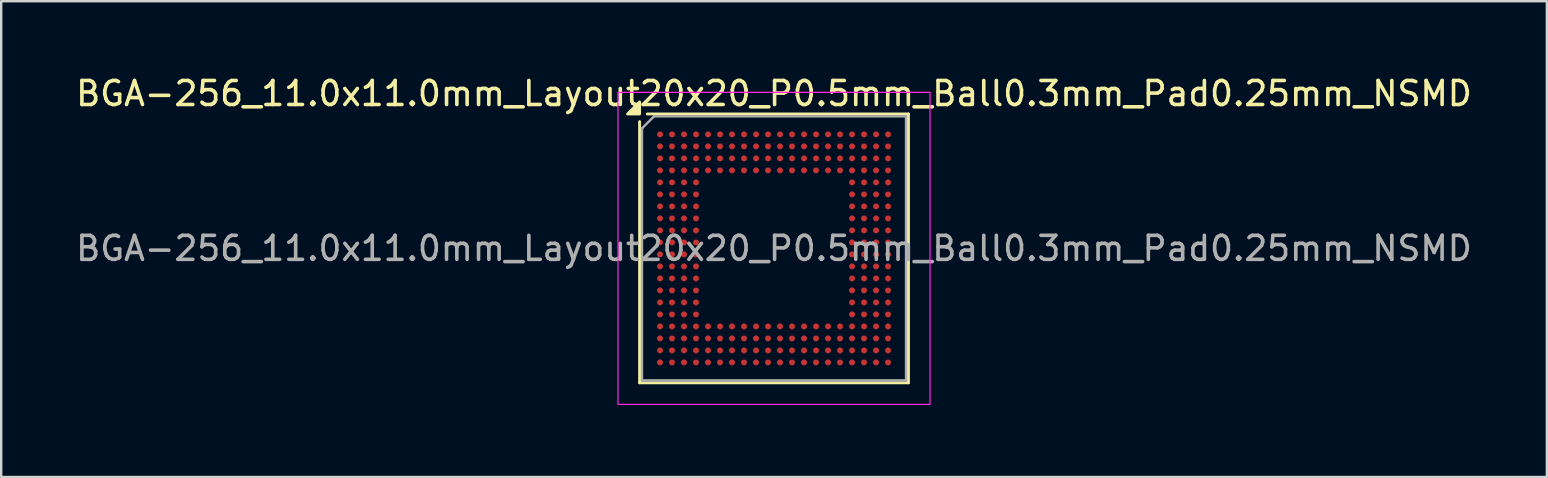
<source format=kicad_pcb>
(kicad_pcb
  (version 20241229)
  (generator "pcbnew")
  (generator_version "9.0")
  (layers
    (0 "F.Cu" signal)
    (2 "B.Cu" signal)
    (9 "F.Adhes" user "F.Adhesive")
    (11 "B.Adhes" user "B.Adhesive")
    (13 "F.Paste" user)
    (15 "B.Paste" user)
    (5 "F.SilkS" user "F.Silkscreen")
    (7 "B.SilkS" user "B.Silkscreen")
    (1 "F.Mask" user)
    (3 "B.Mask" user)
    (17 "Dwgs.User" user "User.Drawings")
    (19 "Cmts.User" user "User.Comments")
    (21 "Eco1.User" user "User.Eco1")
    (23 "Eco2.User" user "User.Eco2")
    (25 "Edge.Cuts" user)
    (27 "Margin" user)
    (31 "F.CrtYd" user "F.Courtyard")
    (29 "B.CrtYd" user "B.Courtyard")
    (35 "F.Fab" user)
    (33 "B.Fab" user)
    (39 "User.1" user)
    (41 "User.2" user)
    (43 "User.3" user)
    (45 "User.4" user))
  (footprint "BGA-256_11.0x11.0mm_Layout20x20_P0.5mm_Ball0.3mm_Pad0.25mm_NSMD"
    (layer "F.Cu")
    (at 29.196 7.298)
    (property "Reference" "BGA-256_11.0x11.0mm_Layout20x20_P0.5mm_Ball0.3mm_Pad0.25mm_NSMD" (at 0 -6.45 0) (layer "F.SilkS") (effects (font (size 1 1) (thickness 0.15))))
    (attr smd)
    (fp_line (start -5.6 -5.28) (end -5.6 5.6) (stroke (width 0.12) (type solid)) (layer "F.SilkS"))
    (fp_line (start -5.6 5.6) (end 5.6 5.6) (stroke (width 0.12) (type solid)) (layer "F.SilkS"))
    (fp_line (start 5.6 -5.6) (end -5.28 -5.6) (stroke (width 0.12) (type solid)) (layer "F.SilkS"))
    (fp_line (start 5.6 5.6) (end 5.6 -5.6) (stroke (width 0.12) (type solid)) (layer "F.SilkS"))
    (fp_poly (pts (xy -5.6 -5.6) (xy -6.1 -5.6) (xy -5.6 -6.1) (xy -5.6 -5.6)) (stroke (width 0.12) (type solid)) (fill yes) (layer "F.SilkS"))
    (fp_rect (start 6.5 6.5) (end -6.5 -6.5) (stroke (width 0.05) (type solid)) (fill no) (layer "F.CrtYd"))
    (fp_line (start -5.5 -5) (end -5.5 5.5) (stroke (width 0.1) (type solid)) (layer "F.Fab"))
    (fp_line (start -5.5 5.5) (end 5.5 5.5) (stroke (width 0.1) (type solid)) (layer "F.Fab"))
    (fp_line (start -5 -5.5) (end -5.5 -5) (stroke (width 0.1) (type solid)) (layer "F.Fab"))
    (fp_line (start 5.5 -5.5) (end -5 -5.5) (stroke (width 0.1) (type solid)) (layer "F.Fab"))
    (fp_line (start 5.5 5.5) (end 5.5 -5.5) (stroke (width 0.1) (type solid)) (layer "F.Fab"))
    (fp_text user "${REFERENCE}" (at 0 0 0) (layer "F.Fab") (effects (font (size 1 1) (thickness 0.15))))
    (pad "A1" smd circle (at -4.75 -4.75) (size 0.25 0.25) (property pad_prop_bga) (layers "F.Cu" "F.Mask" "F.Paste"))
    (pad "A2" smd circle (at -4.25 -4.75) (size 0.25 0.25) (property pad_prop_bga) (layers "F.Cu" "F.Mask" "F.Paste"))
    (pad "A3" smd circle (at -3.75 -4.75) (size 0.25 0.25) (property pad_prop_bga) (layers "F.Cu" "F.Mask" "F.Paste"))
    (pad "A4" smd circle (at -3.25 -4.75) (size 0.25 0.25) (property pad_prop_bga) (layers "F.Cu" "F.Mask" "F.Paste"))
    (pad "A5" smd circle (at -2.75 -4.75) (size 0.25 0.25) (property pad_prop_bga) (layers "F.Cu" "F.Mask" "F.Paste"))
    (pad "A6" smd circle (at -2.25 -4.75) (size 0.25 0.25) (property pad_prop_bga) (layers "F.Cu" "F.Mask" "F.Paste"))
    (pad "A7" smd circle (at -1.75 -4.75) (size 0.25 0.25) (property pad_prop_bga) (layers "F.Cu" "F.Mask" "F.Paste"))
    (pad "A8" smd circle (at -1.25 -4.75) (size 0.25 0.25) (property pad_prop_bga) (layers "F.Cu" "F.Mask" "F.Paste"))
    (pad "A9" smd circle (at -0.75 -4.75) (size 0.25 0.25) (property pad_prop_bga) (layers "F.Cu" "F.Mask" "F.Paste"))
    (pad "A10" smd circle (at -0.25 -4.75) (size 0.25 0.25) (property pad_prop_bga) (layers "F.Cu" "F.Mask" "F.Paste"))
    (pad "A11" smd circle (at 0.25 -4.75) (size 0.25 0.25) (property pad_prop_bga) (layers "F.Cu" "F.Mask" "F.Paste"))
    (pad "A12" smd circle (at 0.75 -4.75) (size 0.25 0.25) (property pad_prop_bga) (layers "F.Cu" "F.Mask" "F.Paste"))
    (pad "A13" smd circle (at 1.25 -4.75) (size 0.25 0.25) (property pad_prop_bga) (layers "F.Cu" "F.Mask" "F.Paste"))
    (pad "A14" smd circle (at 1.75 -4.75) (size 0.25 0.25) (property pad_prop_bga) (layers "F.Cu" "F.Mask" "F.Paste"))
    (pad "A15" smd circle (at 2.25 -4.75) (size 0.25 0.25) (property pad_prop_bga) (layers "F.Cu" "F.Mask" "F.Paste"))
    (pad "A16" smd circle (at 2.75 -4.75) (size 0.25 0.25) (property pad_prop_bga) (layers "F.Cu" "F.Mask" "F.Paste"))
    (pad "A17" smd circle (at 3.25 -4.75) (size 0.25 0.25) (property pad_prop_bga) (layers "F.Cu" "F.Mask" "F.Paste"))
    (pad "A18" smd circle (at 3.75 -4.75) (size 0.25 0.25) (property pad_prop_bga) (layers "F.Cu" "F.Mask" "F.Paste"))
    (pad "A19" smd circle (at 4.25 -4.75) (size 0.25 0.25) (property pad_prop_bga) (layers "F.Cu" "F.Mask" "F.Paste"))
    (pad "A20" smd circle (at 4.75 -4.75) (size 0.25 0.25) (property pad_prop_bga) (layers "F.Cu" "F.Mask" "F.Paste"))
    (pad "B1" smd circle (at -4.75 -4.25) (size 0.25 0.25) (property pad_prop_bga) (layers "F.Cu" "F.Mask" "F.Paste"))
    (pad "B2" smd circle (at -4.25 -4.25) (size 0.25 0.25) (property pad_prop_bga) (layers "F.Cu" "F.Mask" "F.Paste"))
    (pad "B3" smd circle (at -3.75 -4.25) (size 0.25 0.25) (property pad_prop_bga) (layers "F.Cu" "F.Mask" "F.Paste"))
    (pad "B4" smd circle (at -3.25 -4.25) (size 0.25 0.25) (property pad_prop_bga) (layers "F.Cu" "F.Mask" "F.Paste"))
    (pad "B5" smd circle (at -2.75 -4.25) (size 0.25 0.25) (property pad_prop_bga) (layers "F.Cu" "F.Mask" "F.Paste"))
    (pad "B6" smd circle (at -2.25 -4.25) (size 0.25 0.25) (property pad_prop_bga) (layers "F.Cu" "F.Mask" "F.Paste"))
    (pad "B7" smd circle (at -1.75 -4.25) (size 0.25 0.25) (property pad_prop_bga) (layers "F.Cu" "F.Mask" "F.Paste"))
    (pad "B8" smd circle (at -1.25 -4.25) (size 0.25 0.25) (property pad_prop_bga) (layers "F.Cu" "F.Mask" "F.Paste"))
    (pad "B9" smd circle (at -0.75 -4.25) (size 0.25 0.25) (property pad_prop_bga) (layers "F.Cu" "F.Mask" "F.Paste"))
    (pad "B10" smd circle (at -0.25 -4.25) (size 0.25 0.25) (property pad_prop_bga) (layers "F.Cu" "F.Mask" "F.Paste"))
    (pad "B11" smd circle (at 0.25 -4.25) (size 0.25 0.25) (property pad_prop_bga) (layers "F.Cu" "F.Mask" "F.Paste"))
    (pad "B12" smd circle (at 0.75 -4.25) (size 0.25 0.25) (property pad_prop_bga) (layers "F.Cu" "F.Mask" "F.Paste"))
    (pad "B13" smd circle (at 1.25 -4.25) (size 0.25 0.25) (property pad_prop_bga) (layers "F.Cu" "F.Mask" "F.Paste"))
    (pad "B14" smd circle (at 1.75 -4.25) (size 0.25 0.25) (property pad_prop_bga) (layers "F.Cu" "F.Mask" "F.Paste"))
    (pad "B15" smd circle (at 2.25 -4.25) (size 0.25 0.25) (property pad_prop_bga) (layers "F.Cu" "F.Mask" "F.Paste"))
    (pad "B16" smd circle (at 2.75 -4.25) (size 0.25 0.25) (property pad_prop_bga) (layers "F.Cu" "F.Mask" "F.Paste"))
    (pad "B17" smd circle (at 3.25 -4.25) (size 0.25 0.25) (property pad_prop_bga) (layers "F.Cu" "F.Mask" "F.Paste"))
    (pad "B18" smd circle (at 3.75 -4.25) (size 0.25 0.25) (property pad_prop_bga) (layers "F.Cu" "F.Mask" "F.Paste"))
    (pad "B19" smd circle (at 4.25 -4.25) (size 0.25 0.25) (property pad_prop_bga) (layers "F.Cu" "F.Mask" "F.Paste"))
    (pad "B20" smd circle (at 4.75 -4.25) (size 0.25 0.25) (property pad_prop_bga) (layers "F.Cu" "F.Mask" "F.Paste"))
    (pad "C1" smd circle (at -4.75 -3.75) (size 0.25 0.25) (property pad_prop_bga) (layers "F.Cu" "F.Mask" "F.Paste"))
    (pad "C2" smd circle (at -4.25 -3.75) (size 0.25 0.25) (property pad_prop_bga) (layers "F.Cu" "F.Mask" "F.Paste"))
    (pad "C3" smd circle (at -3.75 -3.75) (size 0.25 0.25) (property pad_prop_bga) (layers "F.Cu" "F.Mask" "F.Paste"))
    (pad "C4" smd circle (at -3.25 -3.75) (size 0.25 0.25) (property pad_prop_bga) (layers "F.Cu" "F.Mask" "F.Paste"))
    (pad "C5" smd circle (at -2.75 -3.75) (size 0.25 0.25) (property pad_prop_bga) (layers "F.Cu" "F.Mask" "F.Paste"))
    (pad "C6" smd circle (at -2.25 -3.75) (size 0.25 0.25) (property pad_prop_bga) (layers "F.Cu" "F.Mask" "F.Paste"))
    (pad "C7" smd circle (at -1.75 -3.75) (size 0.25 0.25) (property pad_prop_bga) (layers "F.Cu" "F.Mask" "F.Paste"))
    (pad "C8" smd circle (at -1.25 -3.75) (size 0.25 0.25) (property pad_prop_bga) (layers "F.Cu" "F.Mask" "F.Paste"))
    (pad "C9" smd circle (at -0.75 -3.75) (size 0.25 0.25) (property pad_prop_bga) (layers "F.Cu" "F.Mask" "F.Paste"))
    (pad "C10" smd circle (at -0.25 -3.75) (size 0.25 0.25) (property pad_prop_bga) (layers "F.Cu" "F.Mask" "F.Paste"))
    (pad "C11" smd circle (at 0.25 -3.75) (size 0.25 0.25) (property pad_prop_bga) (layers "F.Cu" "F.Mask" "F.Paste"))
    (pad "C12" smd circle (at 0.75 -3.75) (size 0.25 0.25) (property pad_prop_bga) (layers "F.Cu" "F.Mask" "F.Paste"))
    (pad "C13" smd circle (at 1.25 -3.75) (size 0.25 0.25) (property pad_prop_bga) (layers "F.Cu" "F.Mask" "F.Paste"))
    (pad "C14" smd circle (at 1.75 -3.75) (size 0.25 0.25) (property pad_prop_bga) (layers "F.Cu" "F.Mask" "F.Paste"))
    (pad "C15" smd circle (at 2.25 -3.75) (size 0.25 0.25) (property pad_prop_bga) (layers "F.Cu" "F.Mask" "F.Paste"))
    (pad "C16" smd circle (at 2.75 -3.75) (size 0.25 0.25) (property pad_prop_bga) (layers "F.Cu" "F.Mask" "F.Paste"))
    (pad "C17" smd circle (at 3.25 -3.75) (size 0.25 0.25) (property pad_prop_bga) (layers "F.Cu" "F.Mask" "F.Paste"))
    (pad "C18" smd circle (at 3.75 -3.75) (size 0.25 0.25) (property pad_prop_bga) (layers "F.Cu" "F.Mask" "F.Paste"))
    (pad "C19" smd circle (at 4.25 -3.75) (size 0.25 0.25) (property pad_prop_bga) (layers "F.Cu" "F.Mask" "F.Paste"))
    (pad "C20" smd circle (at 4.75 -3.75) (size 0.25 0.25) (property pad_prop_bga) (layers "F.Cu" "F.Mask" "F.Paste"))
    (pad "D1" smd circle (at -4.75 -3.25) (size 0.25 0.25) (property pad_prop_bga) (layers "F.Cu" "F.Mask" "F.Paste"))
    (pad "D2" smd circle (at -4.25 -3.25) (size 0.25 0.25) (property pad_prop_bga) (layers "F.Cu" "F.Mask" "F.Paste"))
    (pad "D3" smd circle (at -3.75 -3.25) (size 0.25 0.25) (property pad_prop_bga) (layers "F.Cu" "F.Mask" "F.Paste"))
    (pad "D4" smd circle (at -3.25 -3.25) (size 0.25 0.25) (property pad_prop_bga) (layers "F.Cu" "F.Mask" "F.Paste"))
    (pad "D5" smd circle (at -2.75 -3.25) (size 0.25 0.25) (property pad_prop_bga) (layers "F.Cu" "F.Mask" "F.Paste"))
    (pad "D6" smd circle (at -2.25 -3.25) (size 0.25 0.25) (property pad_prop_bga) (layers "F.Cu" "F.Mask" "F.Paste"))
    (pad "D7" smd circle (at -1.75 -3.25) (size 0.25 0.25) (property pad_prop_bga) (layers "F.Cu" "F.Mask" "F.Paste"))
    (pad "D8" smd circle (at -1.25 -3.25) (size 0.25 0.25) (property pad_prop_bga) (layers "F.Cu" "F.Mask" "F.Paste"))
    (pad "D9" smd circle (at -0.75 -3.25) (size 0.25 0.25) (property pad_prop_bga) (layers "F.Cu" "F.Mask" "F.Paste"))
    (pad "D10" smd circle (at -0.25 -3.25) (size 0.25 0.25) (property pad_prop_bga) (layers "F.Cu" "F.Mask" "F.Paste"))
    (pad "D11" smd circle (at 0.25 -3.25) (size 0.25 0.25) (property pad_prop_bga) (layers "F.Cu" "F.Mask" "F.Paste"))
    (pad "D12" smd circle (at 0.75 -3.25) (size 0.25 0.25) (property pad_prop_bga) (layers "F.Cu" "F.Mask" "F.Paste"))
    (pad "D13" smd circle (at 1.25 -3.25) (size 0.25 0.25) (property pad_prop_bga) (layers "F.Cu" "F.Mask" "F.Paste"))
    (pad "D14" smd circle (at 1.75 -3.25) (size 0.25 0.25) (property pad_prop_bga) (layers "F.Cu" "F.Mask" "F.Paste"))
    (pad "D15" smd circle (at 2.25 -3.25) (size 0.25 0.25) (property pad_prop_bga) (layers "F.Cu" "F.Mask" "F.Paste"))
    (pad "D16" smd circle (at 2.75 -3.25) (size 0.25 0.25) (property pad_prop_bga) (layers "F.Cu" "F.Mask" "F.Paste"))
    (pad "D17" smd circle (at 3.25 -3.25) (size 0.25 0.25) (property pad_prop_bga) (layers "F.Cu" "F.Mask" "F.Paste"))
    (pad "D18" smd circle (at 3.75 -3.25) (size 0.25 0.25) (property pad_prop_bga) (layers "F.Cu" "F.Mask" "F.Paste"))
    (pad "D19" smd circle (at 4.25 -3.25) (size 0.25 0.25) (property pad_prop_bga) (layers "F.Cu" "F.Mask" "F.Paste"))
    (pad "D20" smd circle (at 4.75 -3.25) (size 0.25 0.25) (property pad_prop_bga) (layers "F.Cu" "F.Mask" "F.Paste"))
    (pad "E1" smd circle (at -4.75 -2.75) (size 0.25 0.25) (property pad_prop_bga) (layers "F.Cu" "F.Mask" "F.Paste"))
    (pad "E2" smd circle (at -4.25 -2.75) (size 0.25 0.25) (property pad_prop_bga) (layers "F.Cu" "F.Mask" "F.Paste"))
    (pad "E3" smd circle (at -3.75 -2.75) (size 0.25 0.25) (property pad_prop_bga) (layers "F.Cu" "F.Mask" "F.Paste"))
    (pad "E4" smd circle (at -3.25 -2.75) (size 0.25 0.25) (property pad_prop_bga) (layers "F.Cu" "F.Mask" "F.Paste"))
    (pad "E17" smd circle (at 3.25 -2.75) (size 0.25 0.25) (property pad_prop_bga) (layers "F.Cu" "F.Mask" "F.Paste"))
    (pad "E18" smd circle (at 3.75 -2.75) (size 0.25 0.25) (property pad_prop_bga) (layers "F.Cu" "F.Mask" "F.Paste"))
    (pad "E19" smd circle (at 4.25 -2.75) (size 0.25 0.25) (property pad_prop_bga) (layers "F.Cu" "F.Mask" "F.Paste"))
    (pad "E20" smd circle (at 4.75 -2.75) (size 0.25 0.25) (property pad_prop_bga) (layers "F.Cu" "F.Mask" "F.Paste"))
    (pad "F1" smd circle (at -4.75 -2.25) (size 0.25 0.25) (property pad_prop_bga) (layers "F.Cu" "F.Mask" "F.Paste"))
    (pad "F2" smd circle (at -4.25 -2.25) (size 0.25 0.25) (property pad_prop_bga) (layers "F.Cu" "F.Mask" "F.Paste"))
    (pad "F3" smd circle (at -3.75 -2.25) (size 0.25 0.25) (property pad_prop_bga) (layers "F.Cu" "F.Mask" "F.Paste"))
    (pad "F4" smd circle (at -3.25 -2.25) (size 0.25 0.25) (property pad_prop_bga) (layers "F.Cu" "F.Mask" "F.Paste"))
    (pad "F17" smd circle (at 3.25 -2.25) (size 0.25 0.25) (property pad_prop_bga) (layers "F.Cu" "F.Mask" "F.Paste"))
    (pad "F18" smd circle (at 3.75 -2.25) (size 0.25 0.25) (property pad_prop_bga) (layers "F.Cu" "F.Mask" "F.Paste"))
    (pad "F19" smd circle (at 4.25 -2.25) (size 0.25 0.25) (property pad_prop_bga) (layers "F.Cu" "F.Mask" "F.Paste"))
    (pad "F20" smd circle (at 4.75 -2.25) (size 0.25 0.25) (property pad_prop_bga) (layers "F.Cu" "F.Mask" "F.Paste"))
    (pad "G1" smd circle (at -4.75 -1.75) (size 0.25 0.25) (property pad_prop_bga) (layers "F.Cu" "F.Mask" "F.Paste"))
    (pad "G2" smd circle (at -4.25 -1.75) (size 0.25 0.25) (property pad_prop_bga) (layers "F.Cu" "F.Mask" "F.Paste"))
    (pad "G3" smd circle (at -3.75 -1.75) (size 0.25 0.25) (property pad_prop_bga) (layers "F.Cu" "F.Mask" "F.Paste"))
    (pad "G4" smd circle (at -3.25 -1.75) (size 0.25 0.25) (property pad_prop_bga) (layers "F.Cu" "F.Mask" "F.Paste"))
    (pad "G17" smd circle (at 3.25 -1.75) (size 0.25 0.25) (property pad_prop_bga) (layers "F.Cu" "F.Mask" "F.Paste"))
    (pad "G18" smd circle (at 3.75 -1.75) (size 0.25 0.25) (property pad_prop_bga) (layers "F.Cu" "F.Mask" "F.Paste"))
    (pad "G19" smd circle (at 4.25 -1.75) (size 0.25 0.25) (property pad_prop_bga) (layers "F.Cu" "F.Mask" "F.Paste"))
    (pad "G20" smd circle (at 4.75 -1.75) (size 0.25 0.25) (property pad_prop_bga) (layers "F.Cu" "F.Mask" "F.Paste"))
    (pad "H1" smd circle (at -4.75 -1.25) (size 0.25 0.25) (property pad_prop_bga) (layers "F.Cu" "F.Mask" "F.Paste"))
    (pad "H2" smd circle (at -4.25 -1.25) (size 0.25 0.25) (property pad_prop_bga) (layers "F.Cu" "F.Mask" "F.Paste"))
    (pad "H3" smd circle (at -3.75 -1.25) (size 0.25 0.25) (property pad_prop_bga) (layers "F.Cu" "F.Mask" "F.Paste"))
    (pad "H4" smd circle (at -3.25 -1.25) (size 0.25 0.25) (property pad_prop_bga) (layers "F.Cu" "F.Mask" "F.Paste"))
    (pad "H17" smd circle (at 3.25 -1.25) (size 0.25 0.25) (property pad_prop_bga) (layers "F.Cu" "F.Mask" "F.Paste"))
    (pad "H18" smd circle (at 3.75 -1.25) (size 0.25 0.25) (property pad_prop_bga) (layers "F.Cu" "F.Mask" "F.Paste"))
    (pad "H19" smd circle (at 4.25 -1.25) (size 0.25 0.25) (property pad_prop_bga) (layers "F.Cu" "F.Mask" "F.Paste"))
    (pad "H20" smd circle (at 4.75 -1.25) (size 0.25 0.25) (property pad_prop_bga) (layers "F.Cu" "F.Mask" "F.Paste"))
    (pad "J1" smd circle (at -4.75 -0.75) (size 0.25 0.25) (property pad_prop_bga) (layers "F.Cu" "F.Mask" "F.Paste"))
    (pad "J2" smd circle (at -4.25 -0.75) (size 0.25 0.25) (property pad_prop_bga) (layers "F.Cu" "F.Mask" "F.Paste"))
    (pad "J3" smd circle (at -3.75 -0.75) (size 0.25 0.25) (property pad_prop_bga) (layers "F.Cu" "F.Mask" "F.Paste"))
    (pad "J4" smd circle (at -3.25 -0.75) (size 0.25 0.25) (property pad_prop_bga) (layers "F.Cu" "F.Mask" "F.Paste"))
    (pad "J17" smd circle (at 3.25 -0.75) (size 0.25 0.25) (property pad_prop_bga) (layers "F.Cu" "F.Mask" "F.Paste"))
    (pad "J18" smd circle (at 3.75 -0.75) (size 0.25 0.25) (property pad_prop_bga) (layers "F.Cu" "F.Mask" "F.Paste"))
    (pad "J19" smd circle (at 4.25 -0.75) (size 0.25 0.25) (property pad_prop_bga) (layers "F.Cu" "F.Mask" "F.Paste"))
    (pad "J20" smd circle (at 4.75 -0.75) (size 0.25 0.25) (property pad_prop_bga) (layers "F.Cu" "F.Mask" "F.Paste"))
    (pad "K1" smd circle (at -4.75 -0.25) (size 0.25 0.25) (property pad_prop_bga) (layers "F.Cu" "F.Mask" "F.Paste"))
    (pad "K2" smd circle (at -4.25 -0.25) (size 0.25 0.25) (property pad_prop_bga) (layers "F.Cu" "F.Mask" "F.Paste"))
    (pad "K3" smd circle (at -3.75 -0.25) (size 0.25 0.25) (property pad_prop_bga) (layers "F.Cu" "F.Mask" "F.Paste"))
    (pad "K4" smd circle (at -3.25 -0.25) (size 0.25 0.25) (property pad_prop_bga) (layers "F.Cu" "F.Mask" "F.Paste"))
    (pad "K17" smd circle (at 3.25 -0.25) (size 0.25 0.25) (property pad_prop_bga) (layers "F.Cu" "F.Mask" "F.Paste"))
    (pad "K18" smd circle (at 3.75 -0.25) (size 0.25 0.25) (property pad_prop_bga) (layers "F.Cu" "F.Mask" "F.Paste"))
    (pad "K19" smd circle (at 4.25 -0.25) (size 0.25 0.25) (property pad_prop_bga) (layers "F.Cu" "F.Mask" "F.Paste"))
    (pad "K20" smd circle (at 4.75 -0.25) (size 0.25 0.25) (property pad_prop_bga) (layers "F.Cu" "F.Mask" "F.Paste"))
    (pad "L1" smd circle (at -4.75 0.25) (size 0.25 0.25) (property pad_prop_bga) (layers "F.Cu" "F.Mask" "F.Paste"))
    (pad "L2" smd circle (at -4.25 0.25) (size 0.25 0.25) (property pad_prop_bga) (layers "F.Cu" "F.Mask" "F.Paste"))
    (pad "L3" smd circle (at -3.75 0.25) (size 0.25 0.25) (property pad_prop_bga) (layers "F.Cu" "F.Mask" "F.Paste"))
    (pad "L4" smd circle (at -3.25 0.25) (size 0.25 0.25) (property pad_prop_bga) (layers "F.Cu" "F.Mask" "F.Paste"))
    (pad "L17" smd circle (at 3.25 0.25) (size 0.25 0.25) (property pad_prop_bga) (layers "F.Cu" "F.Mask" "F.Paste"))
    (pad "L18" smd circle (at 3.75 0.25) (size 0.25 0.25) (property pad_prop_bga) (layers "F.Cu" "F.Mask" "F.Paste"))
    (pad "L19" smd circle (at 4.25 0.25) (size 0.25 0.25) (property pad_prop_bga) (layers "F.Cu" "F.Mask" "F.Paste"))
    (pad "L20" smd circle (at 4.75 0.25) (size 0.25 0.25) (property pad_prop_bga) (layers "F.Cu" "F.Mask" "F.Paste"))
    (pad "M1" smd circle (at -4.75 0.75) (size 0.25 0.25) (property pad_prop_bga) (layers "F.Cu" "F.Mask" "F.Paste"))
    (pad "M2" smd circle (at -4.25 0.75) (size 0.25 0.25) (property pad_prop_bga) (layers "F.Cu" "F.Mask" "F.Paste"))
    (pad "M3" smd circle (at -3.75 0.75) (size 0.25 0.25) (property pad_prop_bga) (layers "F.Cu" "F.Mask" "F.Paste"))
    (pad "M4" smd circle (at -3.25 0.75) (size 0.25 0.25) (property pad_prop_bga) (layers "F.Cu" "F.Mask" "F.Paste"))
    (pad "M17" smd circle (at 3.25 0.75) (size 0.25 0.25) (property pad_prop_bga) (layers "F.Cu" "F.Mask" "F.Paste"))
    (pad "M18" smd circle (at 3.75 0.75) (size 0.25 0.25) (property pad_prop_bga) (layers "F.Cu" "F.Mask" "F.Paste"))
    (pad "M19" smd circle (at 4.25 0.75) (size 0.25 0.25) (property pad_prop_bga) (layers "F.Cu" "F.Mask" "F.Paste"))
    (pad "M20" smd circle (at 4.75 0.75) (size 0.25 0.25) (property pad_prop_bga) (layers "F.Cu" "F.Mask" "F.Paste"))
    (pad "N1" smd circle (at -4.75 1.25) (size 0.25 0.25) (property pad_prop_bga) (layers "F.Cu" "F.Mask" "F.Paste"))
    (pad "N2" smd circle (at -4.25 1.25) (size 0.25 0.25) (property pad_prop_bga) (layers "F.Cu" "F.Mask" "F.Paste"))
    (pad "N3" smd circle (at -3.75 1.25) (size 0.25 0.25) (property pad_prop_bga) (layers "F.Cu" "F.Mask" "F.Paste"))
    (pad "N4" smd circle (at -3.25 1.25) (size 0.25 0.25) (property pad_prop_bga) (layers "F.Cu" "F.Mask" "F.Paste"))
    (pad "N17" smd circle (at 3.25 1.25) (size 0.25 0.25) (property pad_prop_bga) (layers "F.Cu" "F.Mask" "F.Paste"))
    (pad "N18" smd circle (at 3.75 1.25) (size 0.25 0.25) (property pad_prop_bga) (layers "F.Cu" "F.Mask" "F.Paste"))
    (pad "N19" smd circle (at 4.25 1.25) (size 0.25 0.25) (property pad_prop_bga) (layers "F.Cu" "F.Mask" "F.Paste"))
    (pad "N20" smd circle (at 4.75 1.25) (size 0.25 0.25) (property pad_prop_bga) (layers "F.Cu" "F.Mask" "F.Paste"))
    (pad "P1" smd circle (at -4.75 1.75) (size 0.25 0.25) (property pad_prop_bga) (layers "F.Cu" "F.Mask" "F.Paste"))
    (pad "P2" smd circle (at -4.25 1.75) (size 0.25 0.25) (property pad_prop_bga) (layers "F.Cu" "F.Mask" "F.Paste"))
    (pad "P3" smd circle (at -3.75 1.75) (size 0.25 0.25) (property pad_prop_bga) (layers "F.Cu" "F.Mask" "F.Paste"))
    (pad "P4" smd circle (at -3.25 1.75) (size 0.25 0.25) (property pad_prop_bga) (layers "F.Cu" "F.Mask" "F.Paste"))
    (pad "P17" smd circle (at 3.25 1.75) (size 0.25 0.25) (property pad_prop_bga) (layers "F.Cu" "F.Mask" "F.Paste"))
    (pad "P18" smd circle (at 3.75 1.75) (size 0.25 0.25) (property pad_prop_bga) (layers "F.Cu" "F.Mask" "F.Paste"))
    (pad "P19" smd circle (at 4.25 1.75) (size 0.25 0.25) (property pad_prop_bga) (layers "F.Cu" "F.Mask" "F.Paste"))
    (pad "P20" smd circle (at 4.75 1.75) (size 0.25 0.25) (property pad_prop_bga) (layers "F.Cu" "F.Mask" "F.Paste"))
    (pad "R1" smd circle (at -4.75 2.25) (size 0.25 0.25) (property pad_prop_bga) (layers "F.Cu" "F.Mask" "F.Paste"))
    (pad "R2" smd circle (at -4.25 2.25) (size 0.25 0.25) (property pad_prop_bga) (layers "F.Cu" "F.Mask" "F.Paste"))
    (pad "R3" smd circle (at -3.75 2.25) (size 0.25 0.25) (property pad_prop_bga) (layers "F.Cu" "F.Mask" "F.Paste"))
    (pad "R4" smd circle (at -3.25 2.25) (size 0.25 0.25) (property pad_prop_bga) (layers "F.Cu" "F.Mask" "F.Paste"))
    (pad "R17" smd circle (at 3.25 2.25) (size 0.25 0.25) (property pad_prop_bga) (layers "F.Cu" "F.Mask" "F.Paste"))
    (pad "R18" smd circle (at 3.75 2.25) (size 0.25 0.25) (property pad_prop_bga) (layers "F.Cu" "F.Mask" "F.Paste"))
    (pad "R19" smd circle (at 4.25 2.25) (size 0.25 0.25) (property pad_prop_bga) (layers "F.Cu" "F.Mask" "F.Paste"))
    (pad "R20" smd circle (at 4.75 2.25) (size 0.25 0.25) (property pad_prop_bga) (layers "F.Cu" "F.Mask" "F.Paste"))
    (pad "T1" smd circle (at -4.75 2.75) (size 0.25 0.25) (property pad_prop_bga) (layers "F.Cu" "F.Mask" "F.Paste"))
    (pad "T2" smd circle (at -4.25 2.75) (size 0.25 0.25) (property pad_prop_bga) (layers "F.Cu" "F.Mask" "F.Paste"))
    (pad "T3" smd circle (at -3.75 2.75) (size 0.25 0.25) (property pad_prop_bga) (layers "F.Cu" "F.Mask" "F.Paste"))
    (pad "T4" smd circle (at -3.25 2.75) (size 0.25 0.25) (property pad_prop_bga) (layers "F.Cu" "F.Mask" "F.Paste"))
    (pad "T17" smd circle (at 3.25 2.75) (size 0.25 0.25) (property pad_prop_bga) (layers "F.Cu" "F.Mask" "F.Paste"))
    (pad "T18" smd circle (at 3.75 2.75) (size 0.25 0.25) (property pad_prop_bga) (layers "F.Cu" "F.Mask" "F.Paste"))
    (pad "T19" smd circle (at 4.25 2.75) (size 0.25 0.25) (property pad_prop_bga) (layers "F.Cu" "F.Mask" "F.Paste"))
    (pad "T20" smd circle (at 4.75 2.75) (size 0.25 0.25) (property pad_prop_bga) (layers "F.Cu" "F.Mask" "F.Paste"))
    (pad "U1" smd circle (at -4.75 3.25) (size 0.25 0.25) (property pad_prop_bga) (layers "F.Cu" "F.Mask" "F.Paste"))
    (pad "U2" smd circle (at -4.25 3.25) (size 0.25 0.25) (property pad_prop_bga) (layers "F.Cu" "F.Mask" "F.Paste"))
    (pad "U3" smd circle (at -3.75 3.25) (size 0.25 0.25) (property pad_prop_bga) (layers "F.Cu" "F.Mask" "F.Paste"))
    (pad "U4" smd circle (at -3.25 3.25) (size 0.25 0.25) (property pad_prop_bga) (layers "F.Cu" "F.Mask" "F.Paste"))
    (pad "U5" smd circle (at -2.75 3.25) (size 0.25 0.25) (property pad_prop_bga) (layers "F.Cu" "F.Mask" "F.Paste"))
    (pad "U6" smd circle (at -2.25 3.25) (size 0.25 0.25) (property pad_prop_bga) (layers "F.Cu" "F.Mask" "F.Paste"))
    (pad "U7" smd circle (at -1.75 3.25) (size 0.25 0.25) (property pad_prop_bga) (layers "F.Cu" "F.Mask" "F.Paste"))
    (pad "U8" smd circle (at -1.25 3.25) (size 0.25 0.25) (property pad_prop_bga) (layers "F.Cu" "F.Mask" "F.Paste"))
    (pad "U9" smd circle (at -0.75 3.25) (size 0.25 0.25) (property pad_prop_bga) (layers "F.Cu" "F.Mask" "F.Paste"))
    (pad "U10" smd circle (at -0.25 3.25) (size 0.25 0.25) (property pad_prop_bga) (layers "F.Cu" "F.Mask" "F.Paste"))
    (pad "U11" smd circle (at 0.25 3.25) (size 0.25 0.25) (property pad_prop_bga) (layers "F.Cu" "F.Mask" "F.Paste"))
    (pad "U12" smd circle (at 0.75 3.25) (size 0.25 0.25) (property pad_prop_bga) (layers "F.Cu" "F.Mask" "F.Paste"))
    (pad "U13" smd circle (at 1.25 3.25) (size 0.25 0.25) (property pad_prop_bga) (layers "F.Cu" "F.Mask" "F.Paste"))
    (pad "U14" smd circle (at 1.75 3.25) (size 0.25 0.25) (property pad_prop_bga) (layers "F.Cu" "F.Mask" "F.Paste"))
    (pad "U15" smd circle (at 2.25 3.25) (size 0.25 0.25) (property pad_prop_bga) (layers "F.Cu" "F.Mask" "F.Paste"))
    (pad "U16" smd circle (at 2.75 3.25) (size 0.25 0.25) (property pad_prop_bga) (layers "F.Cu" "F.Mask" "F.Paste"))
    (pad "U17" smd circle (at 3.25 3.25) (size 0.25 0.25) (property pad_prop_bga) (layers "F.Cu" "F.Mask" "F.Paste"))
    (pad "U18" smd circle (at 3.75 3.25) (size 0.25 0.25) (property pad_prop_bga) (layers "F.Cu" "F.Mask" "F.Paste"))
    (pad "U19" smd circle (at 4.25 3.25) (size 0.25 0.25) (property pad_prop_bga) (layers "F.Cu" "F.Mask" "F.Paste"))
    (pad "U20" smd circle (at 4.75 3.25) (size 0.25 0.25) (property pad_prop_bga) (layers "F.Cu" "F.Mask" "F.Paste"))
    (pad "V1" smd circle (at -4.75 3.75) (size 0.25 0.25) (property pad_prop_bga) (layers "F.Cu" "F.Mask" "F.Paste"))
    (pad "V2" smd circle (at -4.25 3.75) (size 0.25 0.25) (property pad_prop_bga) (layers "F.Cu" "F.Mask" "F.Paste"))
    (pad "V3" smd circle (at -3.75 3.75) (size 0.25 0.25) (property pad_prop_bga) (layers "F.Cu" "F.Mask" "F.Paste"))
    (pad "V4" smd circle (at -3.25 3.75) (size 0.25 0.25) (property pad_prop_bga) (layers "F.Cu" "F.Mask" "F.Paste"))
    (pad "V5" smd circle (at -2.75 3.75) (size 0.25 0.25) (property pad_prop_bga) (layers "F.Cu" "F.Mask" "F.Paste"))
    (pad "V6" smd circle (at -2.25 3.75) (size 0.25 0.25) (property pad_prop_bga) (layers "F.Cu" "F.Mask" "F.Paste"))
    (pad "V7" smd circle (at -1.75 3.75) (size 0.25 0.25) (property pad_prop_bga) (layers "F.Cu" "F.Mask" "F.Paste"))
    (pad "V8" smd circle (at -1.25 3.75) (size 0.25 0.25) (property pad_prop_bga) (layers "F.Cu" "F.Mask" "F.Paste"))
    (pad "V9" smd circle (at -0.75 3.75) (size 0.25 0.25) (property pad_prop_bga) (layers "F.Cu" "F.Mask" "F.Paste"))
    (pad "V10" smd circle (at -0.25 3.75) (size 0.25 0.25) (property pad_prop_bga) (layers "F.Cu" "F.Mask" "F.Paste"))
    (pad "V11" smd circle (at 0.25 3.75) (size 0.25 0.25) (property pad_prop_bga) (layers "F.Cu" "F.Mask" "F.Paste"))
    (pad "V12" smd circle (at 0.75 3.75) (size 0.25 0.25) (property pad_prop_bga) (layers "F.Cu" "F.Mask" "F.Paste"))
    (pad "V13" smd circle (at 1.25 3.75) (size 0.25 0.25) (property pad_prop_bga) (layers "F.Cu" "F.Mask" "F.Paste"))
    (pad "V14" smd circle (at 1.75 3.75) (size 0.25 0.25) (property pad_prop_bga) (layers "F.Cu" "F.Mask" "F.Paste"))
    (pad "V15" smd circle (at 2.25 3.75) (size 0.25 0.25) (property pad_prop_bga) (layers "F.Cu" "F.Mask" "F.Paste"))
    (pad "V16" smd circle (at 2.75 3.75) (size 0.25 0.25) (property pad_prop_bga) (layers "F.Cu" "F.Mask" "F.Paste"))
    (pad "V17" smd circle (at 3.25 3.75) (size 0.25 0.25) (property pad_prop_bga) (layers "F.Cu" "F.Mask" "F.Paste"))
    (pad "V18" smd circle (at 3.75 3.75) (size 0.25 0.25) (property pad_prop_bga) (layers "F.Cu" "F.Mask" "F.Paste"))
    (pad "V19" smd circle (at 4.25 3.75) (size 0.25 0.25) (property pad_prop_bga) (layers "F.Cu" "F.Mask" "F.Paste"))
    (pad "V20" smd circle (at 4.75 3.75) (size 0.25 0.25) (property pad_prop_bga) (layers "F.Cu" "F.Mask" "F.Paste"))
    (pad "W1" smd circle (at -4.75 4.25) (size 0.25 0.25) (property pad_prop_bga) (layers "F.Cu" "F.Mask" "F.Paste"))
    (pad "W2" smd circle (at -4.25 4.25) (size 0.25 0.25) (property pad_prop_bga) (layers "F.Cu" "F.Mask" "F.Paste"))
    (pad "W3" smd circle (at -3.75 4.25) (size 0.25 0.25) (property pad_prop_bga) (layers "F.Cu" "F.Mask" "F.Paste"))
    (pad "W4" smd circle (at -3.25 4.25) (size 0.25 0.25) (property pad_prop_bga) (layers "F.Cu" "F.Mask" "F.Paste"))
    (pad "W5" smd circle (at -2.75 4.25) (size 0.25 0.25) (property pad_prop_bga) (layers "F.Cu" "F.Mask" "F.Paste"))
    (pad "W6" smd circle (at -2.25 4.25) (size 0.25 0.25) (property pad_prop_bga) (layers "F.Cu" "F.Mask" "F.Paste"))
    (pad "W7" smd circle (at -1.75 4.25) (size 0.25 0.25) (property pad_prop_bga) (layers "F.Cu" "F.Mask" "F.Paste"))
    (pad "W8" smd circle (at -1.25 4.25) (size 0.25 0.25) (property pad_prop_bga) (layers "F.Cu" "F.Mask" "F.Paste"))
    (pad "W9" smd circle (at -0.75 4.25) (size 0.25 0.25) (property pad_prop_bga) (layers "F.Cu" "F.Mask" "F.Paste"))
    (pad "W10" smd circle (at -0.25 4.25) (size 0.25 0.25) (property pad_prop_bga) (layers "F.Cu" "F.Mask" "F.Paste"))
    (pad "W11" smd circle (at 0.25 4.25) (size 0.25 0.25) (property pad_prop_bga) (layers "F.Cu" "F.Mask" "F.Paste"))
    (pad "W12" smd circle (at 0.75 4.25) (size 0.25 0.25) (property pad_prop_bga) (layers "F.Cu" "F.Mask" "F.Paste"))
    (pad "W13" smd circle (at 1.25 4.25) (size 0.25 0.25) (property pad_prop_bga) (layers "F.Cu" "F.Mask" "F.Paste"))
    (pad "W14" smd circle (at 1.75 4.25) (size 0.25 0.25) (property pad_prop_bga) (layers "F.Cu" "F.Mask" "F.Paste"))
    (pad "W15" smd circle (at 2.25 4.25) (size 0.25 0.25) (property pad_prop_bga) (layers "F.Cu" "F.Mask" "F.Paste"))
    (pad "W16" smd circle (at 2.75 4.25) (size 0.25 0.25) (property pad_prop_bga) (layers "F.Cu" "F.Mask" "F.Paste"))
    (pad "W17" smd circle (at 3.25 4.25) (size 0.25 0.25) (property pad_prop_bga) (layers "F.Cu" "F.Mask" "F.Paste"))
    (pad "W18" smd circle (at 3.75 4.25) (size 0.25 0.25) (property pad_prop_bga) (layers "F.Cu" "F.Mask" "F.Paste"))
    (pad "W19" smd circle (at 4.25 4.25) (size 0.25 0.25) (property pad_prop_bga) (layers "F.Cu" "F.Mask" "F.Paste"))
    (pad "W20" smd circle (at 4.75 4.25) (size 0.25 0.25) (property pad_prop_bga) (layers "F.Cu" "F.Mask" "F.Paste"))
    (pad "Y1" smd circle (at -4.75 4.75) (size 0.25 0.25) (property pad_prop_bga) (layers "F.Cu" "F.Mask" "F.Paste"))
    (pad "Y2" smd circle (at -4.25 4.75) (size 0.25 0.25) (property pad_prop_bga) (layers "F.Cu" "F.Mask" "F.Paste"))
    (pad "Y3" smd circle (at -3.75 4.75) (size 0.25 0.25) (property pad_prop_bga) (layers "F.Cu" "F.Mask" "F.Paste"))
    (pad "Y4" smd circle (at -3.25 4.75) (size 0.25 0.25) (property pad_prop_bga) (layers "F.Cu" "F.Mask" "F.Paste"))
    (pad "Y5" smd circle (at -2.75 4.75) (size 0.25 0.25) (property pad_prop_bga) (layers "F.Cu" "F.Mask" "F.Paste"))
    (pad "Y6" smd circle (at -2.25 4.75) (size 0.25 0.25) (property pad_prop_bga) (layers "F.Cu" "F.Mask" "F.Paste"))
    (pad "Y7" smd circle (at -1.75 4.75) (size 0.25 0.25) (property pad_prop_bga) (layers "F.Cu" "F.Mask" "F.Paste"))
    (pad "Y8" smd circle (at -1.25 4.75) (size 0.25 0.25) (property pad_prop_bga) (layers "F.Cu" "F.Mask" "F.Paste"))
    (pad "Y9" smd circle (at -0.75 4.75) (size 0.25 0.25) (property pad_prop_bga) (layers "F.Cu" "F.Mask" "F.Paste"))
    (pad "Y10" smd circle (at -0.25 4.75) (size 0.25 0.25) (property pad_prop_bga) (layers "F.Cu" "F.Mask" "F.Paste"))
    (pad "Y11" smd circle (at 0.25 4.75) (size 0.25 0.25) (property pad_prop_bga) (layers "F.Cu" "F.Mask" "F.Paste"))
    (pad "Y12" smd circle (at 0.75 4.75) (size 0.25 0.25) (property pad_prop_bga) (layers "F.Cu" "F.Mask" "F.Paste"))
    (pad "Y13" smd circle (at 1.25 4.75) (size 0.25 0.25) (property pad_prop_bga) (layers "F.Cu" "F.Mask" "F.Paste"))
    (pad "Y14" smd circle (at 1.75 4.75) (size 0.25 0.25) (property pad_prop_bga) (layers "F.Cu" "F.Mask" "F.Paste"))
    (pad "Y15" smd circle (at 2.25 4.75) (size 0.25 0.25) (property pad_prop_bga) (layers "F.Cu" "F.Mask" "F.Paste"))
    (pad "Y16" smd circle (at 2.75 4.75) (size 0.25 0.25) (property pad_prop_bga) (layers "F.Cu" "F.Mask" "F.Paste"))
    (pad "Y17" smd circle (at 3.25 4.75) (size 0.25 0.25) (property pad_prop_bga) (layers "F.Cu" "F.Mask" "F.Paste"))
    (pad "Y18" smd circle (at 3.75 4.75) (size 0.25 0.25) (property pad_prop_bga) (layers "F.Cu" "F.Mask" "F.Paste"))
    (pad "Y19" smd circle (at 4.25 4.75) (size 0.25 0.25) (property pad_prop_bga) (layers "F.Cu" "F.Mask" "F.Paste"))
    (pad "Y20" smd circle (at 4.75 4.75) (size 0.25 0.25) (property pad_prop_bga) (layers "F.Cu" "F.Mask" "F.Paste")))
  (gr_rect
    (start -3 -3)
    (end 61.393 16.823)
    (stroke (width 0.1) (type default))
    (fill no)
    (layer "Edge.Cuts")))
</source>
